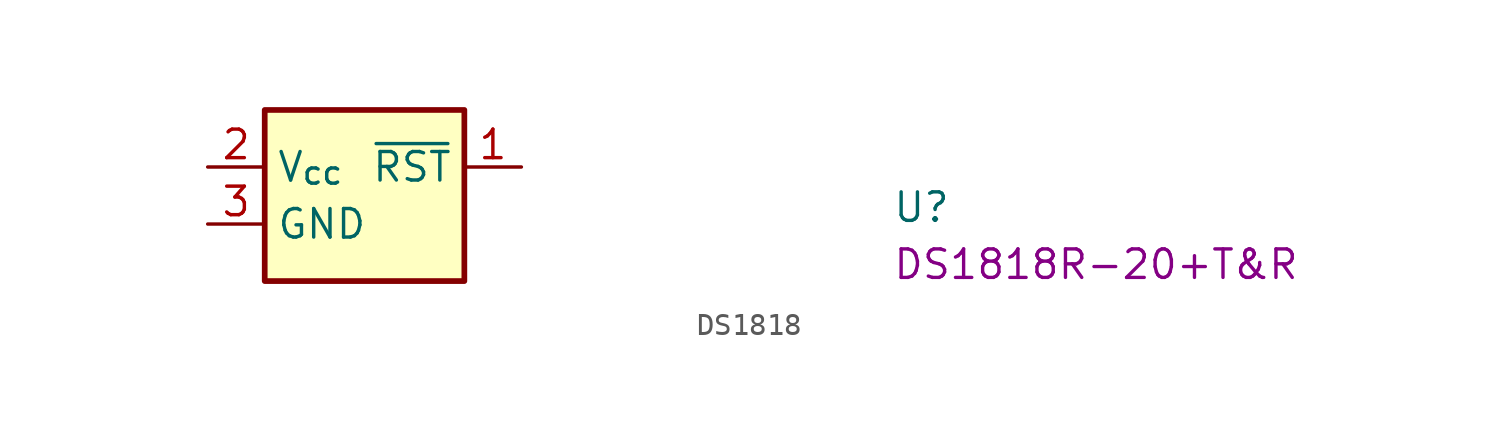
<source format=kicad_sym>
(kicad_symbol_lib
  (version 20220914)
  (generator kicad_symbol_editor)
  (symbol "DS1818"
    (property "Reference" "U"
      (at 30.48 -2.54 0)
      (effects (font (size 1.27 1.27) (thickness 0.15)) (justify left bottom)))
    (property "MPN" "DS1818R-20+T&R"
      (at 30.48 -5.08 0)
      (effects (font (size 1.27 1.27) (thickness 0.15)) (justify left bottom)))
    (symbol "DS1818_1_1"
      (rectangle (start 2.54 2.54) (end 11.43 -5.08) (stroke (width 0.254) (type default)) (fill (type background)))
      (pin output line (at 13.97 0 180) (length 2.54) (name "~{RST}" (effects (font (size 1.27 1.27)))) (number "1" (effects (font (size 1.27 1.27)))))
      (pin power_in line (at 0 0 0) (length 2.54) (name "V_{cc}" (effects (font (size 1.27 1.27)))) (number "2" (effects (font (size 1.27 1.27)))))
      (pin power_in line (at 0 -2.54 0) (length 2.54) (name "GND" (effects (font (size 1.27 1.27)))) (number "3" (effects (font (size 1.27 1.27))))))))
</source>
